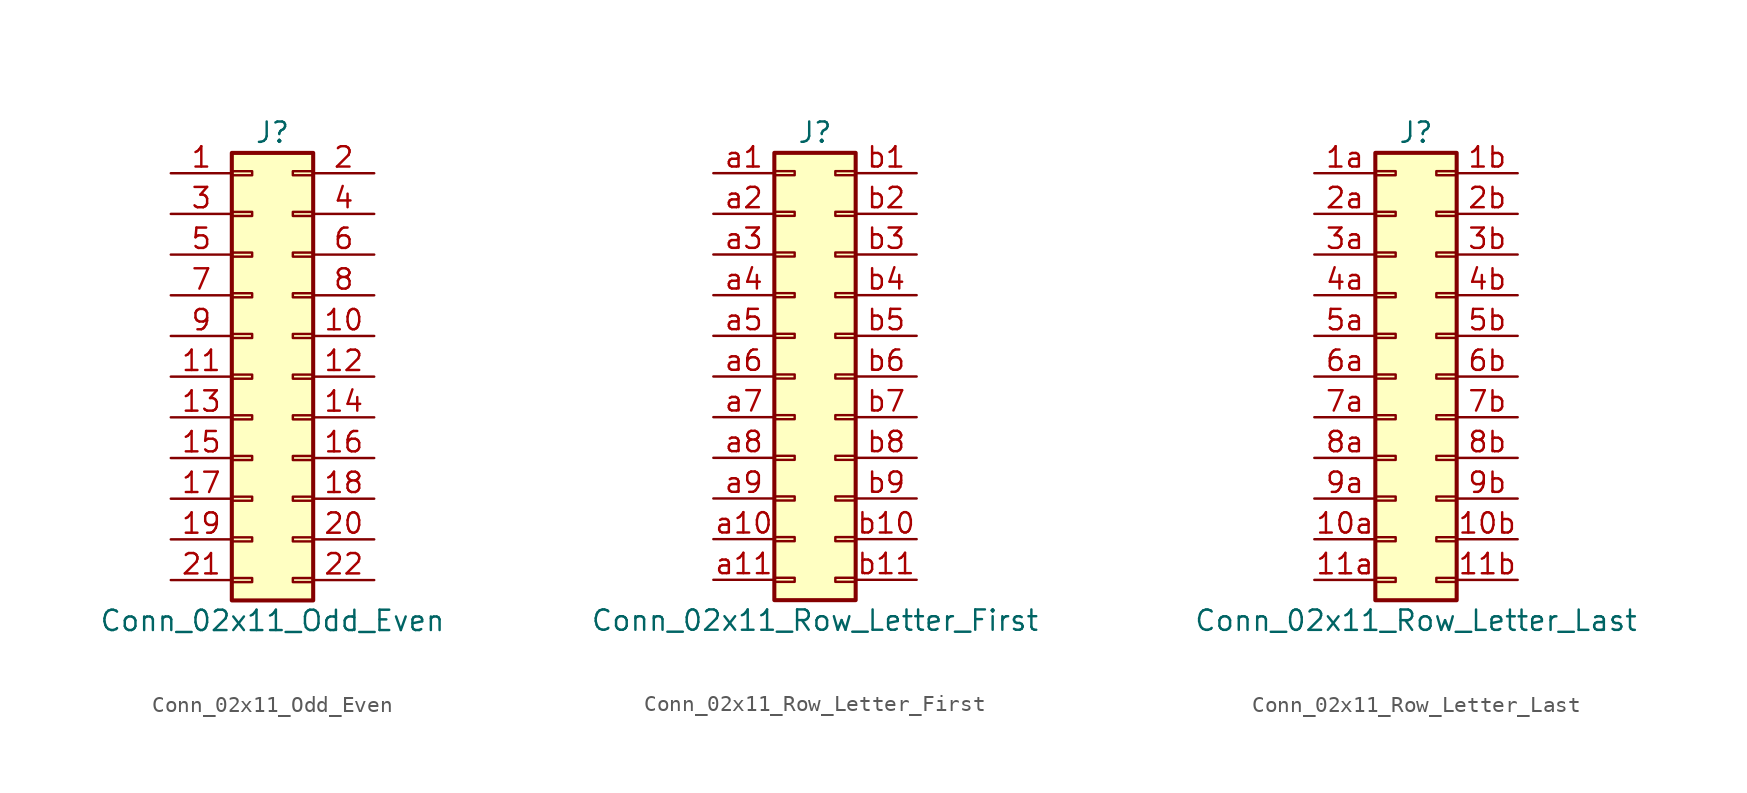
<source format=kicad_sym>
(kicad_symbol_lib
  (version 20220914)
  (generator kicad_symbol_editor)
  (symbol "Conn_02x11_Odd_Even"
    (pin_names
      (offset 1.016) hide)
    (property "Reference" "J"
      (at 1.27 15.24 0)
      (effects (font (size 1.27 1.27))))
    (property "Value" "Conn_02x11_Odd_Even"
      (at 1.27 -15.24 0)
      (effects (font (size 1.27 1.27))))
    (symbol "Conn_02x11_Odd_Even_1_1"
      (rectangle (start -1.27 -12.573) (end 0 -12.827) (stroke (width 0.152) (type solid)) (fill (type none)))
      (rectangle (start -1.27 -10.033) (end 0 -10.287) (stroke (width 0.152) (type solid)) (fill (type none)))
      (rectangle (start -1.27 -7.493) (end 0 -7.747) (stroke (width 0.152) (type solid)) (fill (type none)))
      (rectangle (start -1.27 -4.953) (end 0 -5.207) (stroke (width 0.152) (type solid)) (fill (type none)))
      (rectangle (start -1.27 -2.413) (end 0 -2.667) (stroke (width 0.152) (type solid)) (fill (type none)))
      (rectangle (start -1.27 0.127) (end 0 -0.127) (stroke (width 0.152) (type solid)) (fill (type none)))
      (rectangle (start -1.27 2.667) (end 0 2.413) (stroke (width 0.152) (type solid)) (fill (type none)))
      (rectangle (start -1.27 5.207) (end 0 4.953) (stroke (width 0.152) (type solid)) (fill (type none)))
      (rectangle (start -1.27 7.747) (end 0 7.493) (stroke (width 0.152) (type solid)) (fill (type none)))
      (rectangle (start -1.27 10.287) (end 0 10.033) (stroke (width 0.152) (type solid)) (fill (type none)))
      (rectangle (start -1.27 12.827) (end 0 12.573) (stroke (width 0.152) (type solid)) (fill (type none)))
      (rectangle (start -1.27 13.97) (end 3.81 -13.97) (stroke (width 0.254) (type solid)) (fill (type background)))
      (rectangle (start 3.81 -12.573) (end 2.54 -12.827) (stroke (width 0.152) (type solid)) (fill (type none)))
      (rectangle (start 3.81 -10.033) (end 2.54 -10.287) (stroke (width 0.152) (type solid)) (fill (type none)))
      (rectangle (start 3.81 -7.493) (end 2.54 -7.747) (stroke (width 0.152) (type solid)) (fill (type none)))
      (rectangle (start 3.81 -4.953) (end 2.54 -5.207) (stroke (width 0.152) (type solid)) (fill (type none)))
      (rectangle (start 3.81 -2.413) (end 2.54 -2.667) (stroke (width 0.152) (type solid)) (fill (type none)))
      (rectangle (start 3.81 0.127) (end 2.54 -0.127) (stroke (width 0.152) (type solid)) (fill (type none)))
      (rectangle (start 3.81 2.667) (end 2.54 2.413) (stroke (width 0.152) (type solid)) (fill (type none)))
      (rectangle (start 3.81 5.207) (end 2.54 4.953) (stroke (width 0.152) (type solid)) (fill (type none)))
      (rectangle (start 3.81 7.747) (end 2.54 7.493) (stroke (width 0.152) (type solid)) (fill (type none)))
      (rectangle (start 3.81 10.287) (end 2.54 10.033) (stroke (width 0.152) (type solid)) (fill (type none)))
      (rectangle (start 3.81 12.827) (end 2.54 12.573) (stroke (width 0.152) (type solid)) (fill (type none)))
      (pin passive line (at -5.08 12.7 0) (length 3.81) (name "Pin_1" (effects (font (size 1.27 1.27)))) (number "1" (effects (font (size 1.27 1.27)))))
      (pin passive line (at 7.62 2.54 180) (length 3.81) (name "Pin_10" (effects (font (size 1.27 1.27)))) (number "10" (effects (font (size 1.27 1.27)))))
      (pin passive line (at -5.08 0 0) (length 3.81) (name "Pin_11" (effects (font (size 1.27 1.27)))) (number "11" (effects (font (size 1.27 1.27)))))
      (pin passive line (at 7.62 0 180) (length 3.81) (name "Pin_12" (effects (font (size 1.27 1.27)))) (number "12" (effects (font (size 1.27 1.27)))))
      (pin passive line (at -5.08 -2.54 0) (length 3.81) (name "Pin_13" (effects (font (size 1.27 1.27)))) (number "13" (effects (font (size 1.27 1.27)))))
      (pin passive line (at 7.62 -2.54 180) (length 3.81) (name "Pin_14" (effects (font (size 1.27 1.27)))) (number "14" (effects (font (size 1.27 1.27)))))
      (pin passive line (at -5.08 -5.08 0) (length 3.81) (name "Pin_15" (effects (font (size 1.27 1.27)))) (number "15" (effects (font (size 1.27 1.27)))))
      (pin passive line (at 7.62 -5.08 180) (length 3.81) (name "Pin_16" (effects (font (size 1.27 1.27)))) (number "16" (effects (font (size 1.27 1.27)))))
      (pin passive line (at -5.08 -7.62 0) (length 3.81) (name "Pin_17" (effects (font (size 1.27 1.27)))) (number "17" (effects (font (size 1.27 1.27)))))
      (pin passive line (at 7.62 -7.62 180) (length 3.81) (name "Pin_18" (effects (font (size 1.27 1.27)))) (number "18" (effects (font (size 1.27 1.27)))))
      (pin passive line (at -5.08 -10.16 0) (length 3.81) (name "Pin_19" (effects (font (size 1.27 1.27)))) (number "19" (effects (font (size 1.27 1.27)))))
      (pin passive line (at 7.62 12.7 180) (length 3.81) (name "Pin_2" (effects (font (size 1.27 1.27)))) (number "2" (effects (font (size 1.27 1.27)))))
      (pin passive line (at 7.62 -10.16 180) (length 3.81) (name "Pin_20" (effects (font (size 1.27 1.27)))) (number "20" (effects (font (size 1.27 1.27)))))
      (pin passive line (at -5.08 -12.7 0) (length 3.81) (name "Pin_21" (effects (font (size 1.27 1.27)))) (number "21" (effects (font (size 1.27 1.27)))))
      (pin passive line (at 7.62 -12.7 180) (length 3.81) (name "Pin_22" (effects (font (size 1.27 1.27)))) (number "22" (effects (font (size 1.27 1.27)))))
      (pin passive line (at -5.08 10.16 0) (length 3.81) (name "Pin_3" (effects (font (size 1.27 1.27)))) (number "3" (effects (font (size 1.27 1.27)))))
      (pin passive line (at 7.62 10.16 180) (length 3.81) (name "Pin_4" (effects (font (size 1.27 1.27)))) (number "4" (effects (font (size 1.27 1.27)))))
      (pin passive line (at -5.08 7.62 0) (length 3.81) (name "Pin_5" (effects (font (size 1.27 1.27)))) (number "5" (effects (font (size 1.27 1.27)))))
      (pin passive line (at 7.62 7.62 180) (length 3.81) (name "Pin_6" (effects (font (size 1.27 1.27)))) (number "6" (effects (font (size 1.27 1.27)))))
      (pin passive line (at -5.08 5.08 0) (length 3.81) (name "Pin_7" (effects (font (size 1.27 1.27)))) (number "7" (effects (font (size 1.27 1.27)))))
      (pin passive line (at 7.62 5.08 180) (length 3.81) (name "Pin_8" (effects (font (size 1.27 1.27)))) (number "8" (effects (font (size 1.27 1.27)))))
      (pin passive line (at -5.08 2.54 0) (length 3.81) (name "Pin_9" (effects (font (size 1.27 1.27)))) (number "9" (effects (font (size 1.27 1.27)))))))
  (symbol "Conn_02x11_Row_Letter_First"
    (pin_names
      (offset 1.016) hide)
    (property "Reference" "J"
      (at 1.27 15.24 0)
      (effects (font (size 1.27 1.27))))
    (property "Value" "Conn_02x11_Row_Letter_First"
      (at 1.27 -15.24 0)
      (effects (font (size 1.27 1.27))))
    (symbol "Conn_02x11_Row_Letter_First_1_1"
      (rectangle (start -1.27 -12.573) (end 0 -12.827) (stroke (width 0.152) (type solid)) (fill (type none)))
      (rectangle (start -1.27 -10.033) (end 0 -10.287) (stroke (width 0.152) (type solid)) (fill (type none)))
      (rectangle (start -1.27 -7.493) (end 0 -7.747) (stroke (width 0.152) (type solid)) (fill (type none)))
      (rectangle (start -1.27 -4.953) (end 0 -5.207) (stroke (width 0.152) (type solid)) (fill (type none)))
      (rectangle (start -1.27 -2.413) (end 0 -2.667) (stroke (width 0.152) (type solid)) (fill (type none)))
      (rectangle (start -1.27 0.127) (end 0 -0.127) (stroke (width 0.152) (type solid)) (fill (type none)))
      (rectangle (start -1.27 2.667) (end 0 2.413) (stroke (width 0.152) (type solid)) (fill (type none)))
      (rectangle (start -1.27 5.207) (end 0 4.953) (stroke (width 0.152) (type solid)) (fill (type none)))
      (rectangle (start -1.27 7.747) (end 0 7.493) (stroke (width 0.152) (type solid)) (fill (type none)))
      (rectangle (start -1.27 10.287) (end 0 10.033) (stroke (width 0.152) (type solid)) (fill (type none)))
      (rectangle (start -1.27 12.827) (end 0 12.573) (stroke (width 0.152) (type solid)) (fill (type none)))
      (rectangle (start -1.27 13.97) (end 3.81 -13.97) (stroke (width 0.254) (type solid)) (fill (type background)))
      (rectangle (start 3.81 -12.573) (end 2.54 -12.827) (stroke (width 0.152) (type solid)) (fill (type none)))
      (rectangle (start 3.81 -10.033) (end 2.54 -10.287) (stroke (width 0.152) (type solid)) (fill (type none)))
      (rectangle (start 3.81 -7.493) (end 2.54 -7.747) (stroke (width 0.152) (type solid)) (fill (type none)))
      (rectangle (start 3.81 -4.953) (end 2.54 -5.207) (stroke (width 0.152) (type solid)) (fill (type none)))
      (rectangle (start 3.81 -2.413) (end 2.54 -2.667) (stroke (width 0.152) (type solid)) (fill (type none)))
      (rectangle (start 3.81 0.127) (end 2.54 -0.127) (stroke (width 0.152) (type solid)) (fill (type none)))
      (rectangle (start 3.81 2.667) (end 2.54 2.413) (stroke (width 0.152) (type solid)) (fill (type none)))
      (rectangle (start 3.81 5.207) (end 2.54 4.953) (stroke (width 0.152) (type solid)) (fill (type none)))
      (rectangle (start 3.81 7.747) (end 2.54 7.493) (stroke (width 0.152) (type solid)) (fill (type none)))
      (rectangle (start 3.81 10.287) (end 2.54 10.033) (stroke (width 0.152) (type solid)) (fill (type none)))
      (rectangle (start 3.81 12.827) (end 2.54 12.573) (stroke (width 0.152) (type solid)) (fill (type none)))
      (pin passive line (at -5.08 12.7 0) (length 3.81) (name "Pin_a1" (effects (font (size 1.27 1.27)))) (number "a1" (effects (font (size 1.27 1.27)))))
      (pin passive line (at -5.08 -10.16 0) (length 3.81) (name "Pin_a10" (effects (font (size 1.27 1.27)))) (number "a10" (effects (font (size 1.27 1.27)))))
      (pin passive line (at -5.08 -12.7 0) (length 3.81) (name "Pin_a11" (effects (font (size 1.27 1.27)))) (number "a11" (effects (font (size 1.27 1.27)))))
      (pin passive line (at -5.08 10.16 0) (length 3.81) (name "Pin_a2" (effects (font (size 1.27 1.27)))) (number "a2" (effects (font (size 1.27 1.27)))))
      (pin passive line (at -5.08 7.62 0) (length 3.81) (name "Pin_a3" (effects (font (size 1.27 1.27)))) (number "a3" (effects (font (size 1.27 1.27)))))
      (pin passive line (at -5.08 5.08 0) (length 3.81) (name "Pin_a4" (effects (font (size 1.27 1.27)))) (number "a4" (effects (font (size 1.27 1.27)))))
      (pin passive line (at -5.08 2.54 0) (length 3.81) (name "Pin_a5" (effects (font (size 1.27 1.27)))) (number "a5" (effects (font (size 1.27 1.27)))))
      (pin passive line (at -5.08 0 0) (length 3.81) (name "Pin_a6" (effects (font (size 1.27 1.27)))) (number "a6" (effects (font (size 1.27 1.27)))))
      (pin passive line (at -5.08 -2.54 0) (length 3.81) (name "Pin_a7" (effects (font (size 1.27 1.27)))) (number "a7" (effects (font (size 1.27 1.27)))))
      (pin passive line (at -5.08 -5.08 0) (length 3.81) (name "Pin_a8" (effects (font (size 1.27 1.27)))) (number "a8" (effects (font (size 1.27 1.27)))))
      (pin passive line (at -5.08 -7.62 0) (length 3.81) (name "Pin_a9" (effects (font (size 1.27 1.27)))) (number "a9" (effects (font (size 1.27 1.27)))))
      (pin passive line (at 7.62 12.7 180) (length 3.81) (name "Pin_b1" (effects (font (size 1.27 1.27)))) (number "b1" (effects (font (size 1.27 1.27)))))
      (pin passive line (at 7.62 -10.16 180) (length 3.81) (name "Pin_b10" (effects (font (size 1.27 1.27)))) (number "b10" (effects (font (size 1.27 1.27)))))
      (pin passive line (at 7.62 -12.7 180) (length 3.81) (name "Pin_b11" (effects (font (size 1.27 1.27)))) (number "b11" (effects (font (size 1.27 1.27)))))
      (pin passive line (at 7.62 10.16 180) (length 3.81) (name "Pin_b2" (effects (font (size 1.27 1.27)))) (number "b2" (effects (font (size 1.27 1.27)))))
      (pin passive line (at 7.62 7.62 180) (length 3.81) (name "Pin_b3" (effects (font (size 1.27 1.27)))) (number "b3" (effects (font (size 1.27 1.27)))))
      (pin passive line (at 7.62 5.08 180) (length 3.81) (name "Pin_b4" (effects (font (size 1.27 1.27)))) (number "b4" (effects (font (size 1.27 1.27)))))
      (pin passive line (at 7.62 2.54 180) (length 3.81) (name "Pin_b5" (effects (font (size 1.27 1.27)))) (number "b5" (effects (font (size 1.27 1.27)))))
      (pin passive line (at 7.62 0 180) (length 3.81) (name "Pin_b6" (effects (font (size 1.27 1.27)))) (number "b6" (effects (font (size 1.27 1.27)))))
      (pin passive line (at 7.62 -2.54 180) (length 3.81) (name "Pin_b7" (effects (font (size 1.27 1.27)))) (number "b7" (effects (font (size 1.27 1.27)))))
      (pin passive line (at 7.62 -5.08 180) (length 3.81) (name "Pin_b8" (effects (font (size 1.27 1.27)))) (number "b8" (effects (font (size 1.27 1.27)))))
      (pin passive line (at 7.62 -7.62 180) (length 3.81) (name "Pin_b9" (effects (font (size 1.27 1.27)))) (number "b9" (effects (font (size 1.27 1.27)))))))
  (symbol "Conn_02x11_Row_Letter_Last"
    (pin_names
      (offset 1.016) hide)
    (property "Reference" "J"
      (at 1.27 15.24 0)
      (effects (font (size 1.27 1.27))))
    (property "Value" "Conn_02x11_Row_Letter_Last"
      (at 1.27 -15.24 0)
      (effects (font (size 1.27 1.27))))
    (symbol "Conn_02x11_Row_Letter_Last_1_1"
      (rectangle (start -1.27 -12.573) (end 0 -12.827) (stroke (width 0.152) (type solid)) (fill (type none)))
      (rectangle (start -1.27 -10.033) (end 0 -10.287) (stroke (width 0.152) (type solid)) (fill (type none)))
      (rectangle (start -1.27 -7.493) (end 0 -7.747) (stroke (width 0.152) (type solid)) (fill (type none)))
      (rectangle (start -1.27 -4.953) (end 0 -5.207) (stroke (width 0.152) (type solid)) (fill (type none)))
      (rectangle (start -1.27 -2.413) (end 0 -2.667) (stroke (width 0.152) (type solid)) (fill (type none)))
      (rectangle (start -1.27 0.127) (end 0 -0.127) (stroke (width 0.152) (type solid)) (fill (type none)))
      (rectangle (start -1.27 2.667) (end 0 2.413) (stroke (width 0.152) (type solid)) (fill (type none)))
      (rectangle (start -1.27 5.207) (end 0 4.953) (stroke (width 0.152) (type solid)) (fill (type none)))
      (rectangle (start -1.27 7.747) (end 0 7.493) (stroke (width 0.152) (type solid)) (fill (type none)))
      (rectangle (start -1.27 10.287) (end 0 10.033) (stroke (width 0.152) (type solid)) (fill (type none)))
      (rectangle (start -1.27 12.827) (end 0 12.573) (stroke (width 0.152) (type solid)) (fill (type none)))
      (rectangle (start -1.27 13.97) (end 3.81 -13.97) (stroke (width 0.254) (type solid)) (fill (type background)))
      (rectangle (start 3.81 -12.573) (end 2.54 -12.827) (stroke (width 0.152) (type solid)) (fill (type none)))
      (rectangle (start 3.81 -10.033) (end 2.54 -10.287) (stroke (width 0.152) (type solid)) (fill (type none)))
      (rectangle (start 3.81 -7.493) (end 2.54 -7.747) (stroke (width 0.152) (type solid)) (fill (type none)))
      (rectangle (start 3.81 -4.953) (end 2.54 -5.207) (stroke (width 0.152) (type solid)) (fill (type none)))
      (rectangle (start 3.81 -2.413) (end 2.54 -2.667) (stroke (width 0.152) (type solid)) (fill (type none)))
      (rectangle (start 3.81 0.127) (end 2.54 -0.127) (stroke (width 0.152) (type solid)) (fill (type none)))
      (rectangle (start 3.81 2.667) (end 2.54 2.413) (stroke (width 0.152) (type solid)) (fill (type none)))
      (rectangle (start 3.81 5.207) (end 2.54 4.953) (stroke (width 0.152) (type solid)) (fill (type none)))
      (rectangle (start 3.81 7.747) (end 2.54 7.493) (stroke (width 0.152) (type solid)) (fill (type none)))
      (rectangle (start 3.81 10.287) (end 2.54 10.033) (stroke (width 0.152) (type solid)) (fill (type none)))
      (rectangle (start 3.81 12.827) (end 2.54 12.573) (stroke (width 0.152) (type solid)) (fill (type none)))
      (pin passive line (at -5.08 -10.16 0) (length 3.81) (name "Pin_10a" (effects (font (size 1.27 1.27)))) (number "10a" (effects (font (size 1.27 1.27)))))
      (pin passive line (at 7.62 -10.16 180) (length 3.81) (name "Pin_10b" (effects (font (size 1.27 1.27)))) (number "10b" (effects (font (size 1.27 1.27)))))
      (pin passive line (at -5.08 -12.7 0) (length 3.81) (name "Pin_11a" (effects (font (size 1.27 1.27)))) (number "11a" (effects (font (size 1.27 1.27)))))
      (pin passive line (at 7.62 -12.7 180) (length 3.81) (name "Pin_11b" (effects (font (size 1.27 1.27)))) (number "11b" (effects (font (size 1.27 1.27)))))
      (pin passive line (at -5.08 12.7 0) (length 3.81) (name "Pin_1a" (effects (font (size 1.27 1.27)))) (number "1a" (effects (font (size 1.27 1.27)))))
      (pin passive line (at 7.62 12.7 180) (length 3.81) (name "Pin_1b" (effects (font (size 1.27 1.27)))) (number "1b" (effects (font (size 1.27 1.27)))))
      (pin passive line (at -5.08 10.16 0) (length 3.81) (name "Pin_2a" (effects (font (size 1.27 1.27)))) (number "2a" (effects (font (size 1.27 1.27)))))
      (pin passive line (at 7.62 10.16 180) (length 3.81) (name "Pin_2b" (effects (font (size 1.27 1.27)))) (number "2b" (effects (font (size 1.27 1.27)))))
      (pin passive line (at -5.08 7.62 0) (length 3.81) (name "Pin_3a" (effects (font (size 1.27 1.27)))) (number "3a" (effects (font (size 1.27 1.27)))))
      (pin passive line (at 7.62 7.62 180) (length 3.81) (name "Pin_3b" (effects (font (size 1.27 1.27)))) (number "3b" (effects (font (size 1.27 1.27)))))
      (pin passive line (at -5.08 5.08 0) (length 3.81) (name "Pin_4a" (effects (font (size 1.27 1.27)))) (number "4a" (effects (font (size 1.27 1.27)))))
      (pin passive line (at 7.62 5.08 180) (length 3.81) (name "Pin_4b" (effects (font (size 1.27 1.27)))) (number "4b" (effects (font (size 1.27 1.27)))))
      (pin passive line (at -5.08 2.54 0) (length 3.81) (name "Pin_5a" (effects (font (size 1.27 1.27)))) (number "5a" (effects (font (size 1.27 1.27)))))
      (pin passive line (at 7.62 2.54 180) (length 3.81) (name "Pin_5b" (effects (font (size 1.27 1.27)))) (number "5b" (effects (font (size 1.27 1.27)))))
      (pin passive line (at -5.08 0 0) (length 3.81) (name "Pin_6a" (effects (font (size 1.27 1.27)))) (number "6a" (effects (font (size 1.27 1.27)))))
      (pin passive line (at 7.62 0 180) (length 3.81) (name "Pin_6b" (effects (font (size 1.27 1.27)))) (number "6b" (effects (font (size 1.27 1.27)))))
      (pin passive line (at -5.08 -2.54 0) (length 3.81) (name "Pin_7a" (effects (font (size 1.27 1.27)))) (number "7a" (effects (font (size 1.27 1.27)))))
      (pin passive line (at 7.62 -2.54 180) (length 3.81) (name "Pin_7b" (effects (font (size 1.27 1.27)))) (number "7b" (effects (font (size 1.27 1.27)))))
      (pin passive line (at -5.08 -5.08 0) (length 3.81) (name "Pin_8a" (effects (font (size 1.27 1.27)))) (number "8a" (effects (font (size 1.27 1.27)))))
      (pin passive line (at 7.62 -5.08 180) (length 3.81) (name "Pin_8b" (effects (font (size 1.27 1.27)))) (number "8b" (effects (font (size 1.27 1.27)))))
      (pin passive line (at -5.08 -7.62 0) (length 3.81) (name "Pin_9a" (effects (font (size 1.27 1.27)))) (number "9a" (effects (font (size 1.27 1.27)))))
      (pin passive line (at 7.62 -7.62 180) (length 3.81) (name "Pin_9b" (effects (font (size 1.27 1.27)))) (number "9b" (effects (font (size 1.27 1.27))))))))
</source>
